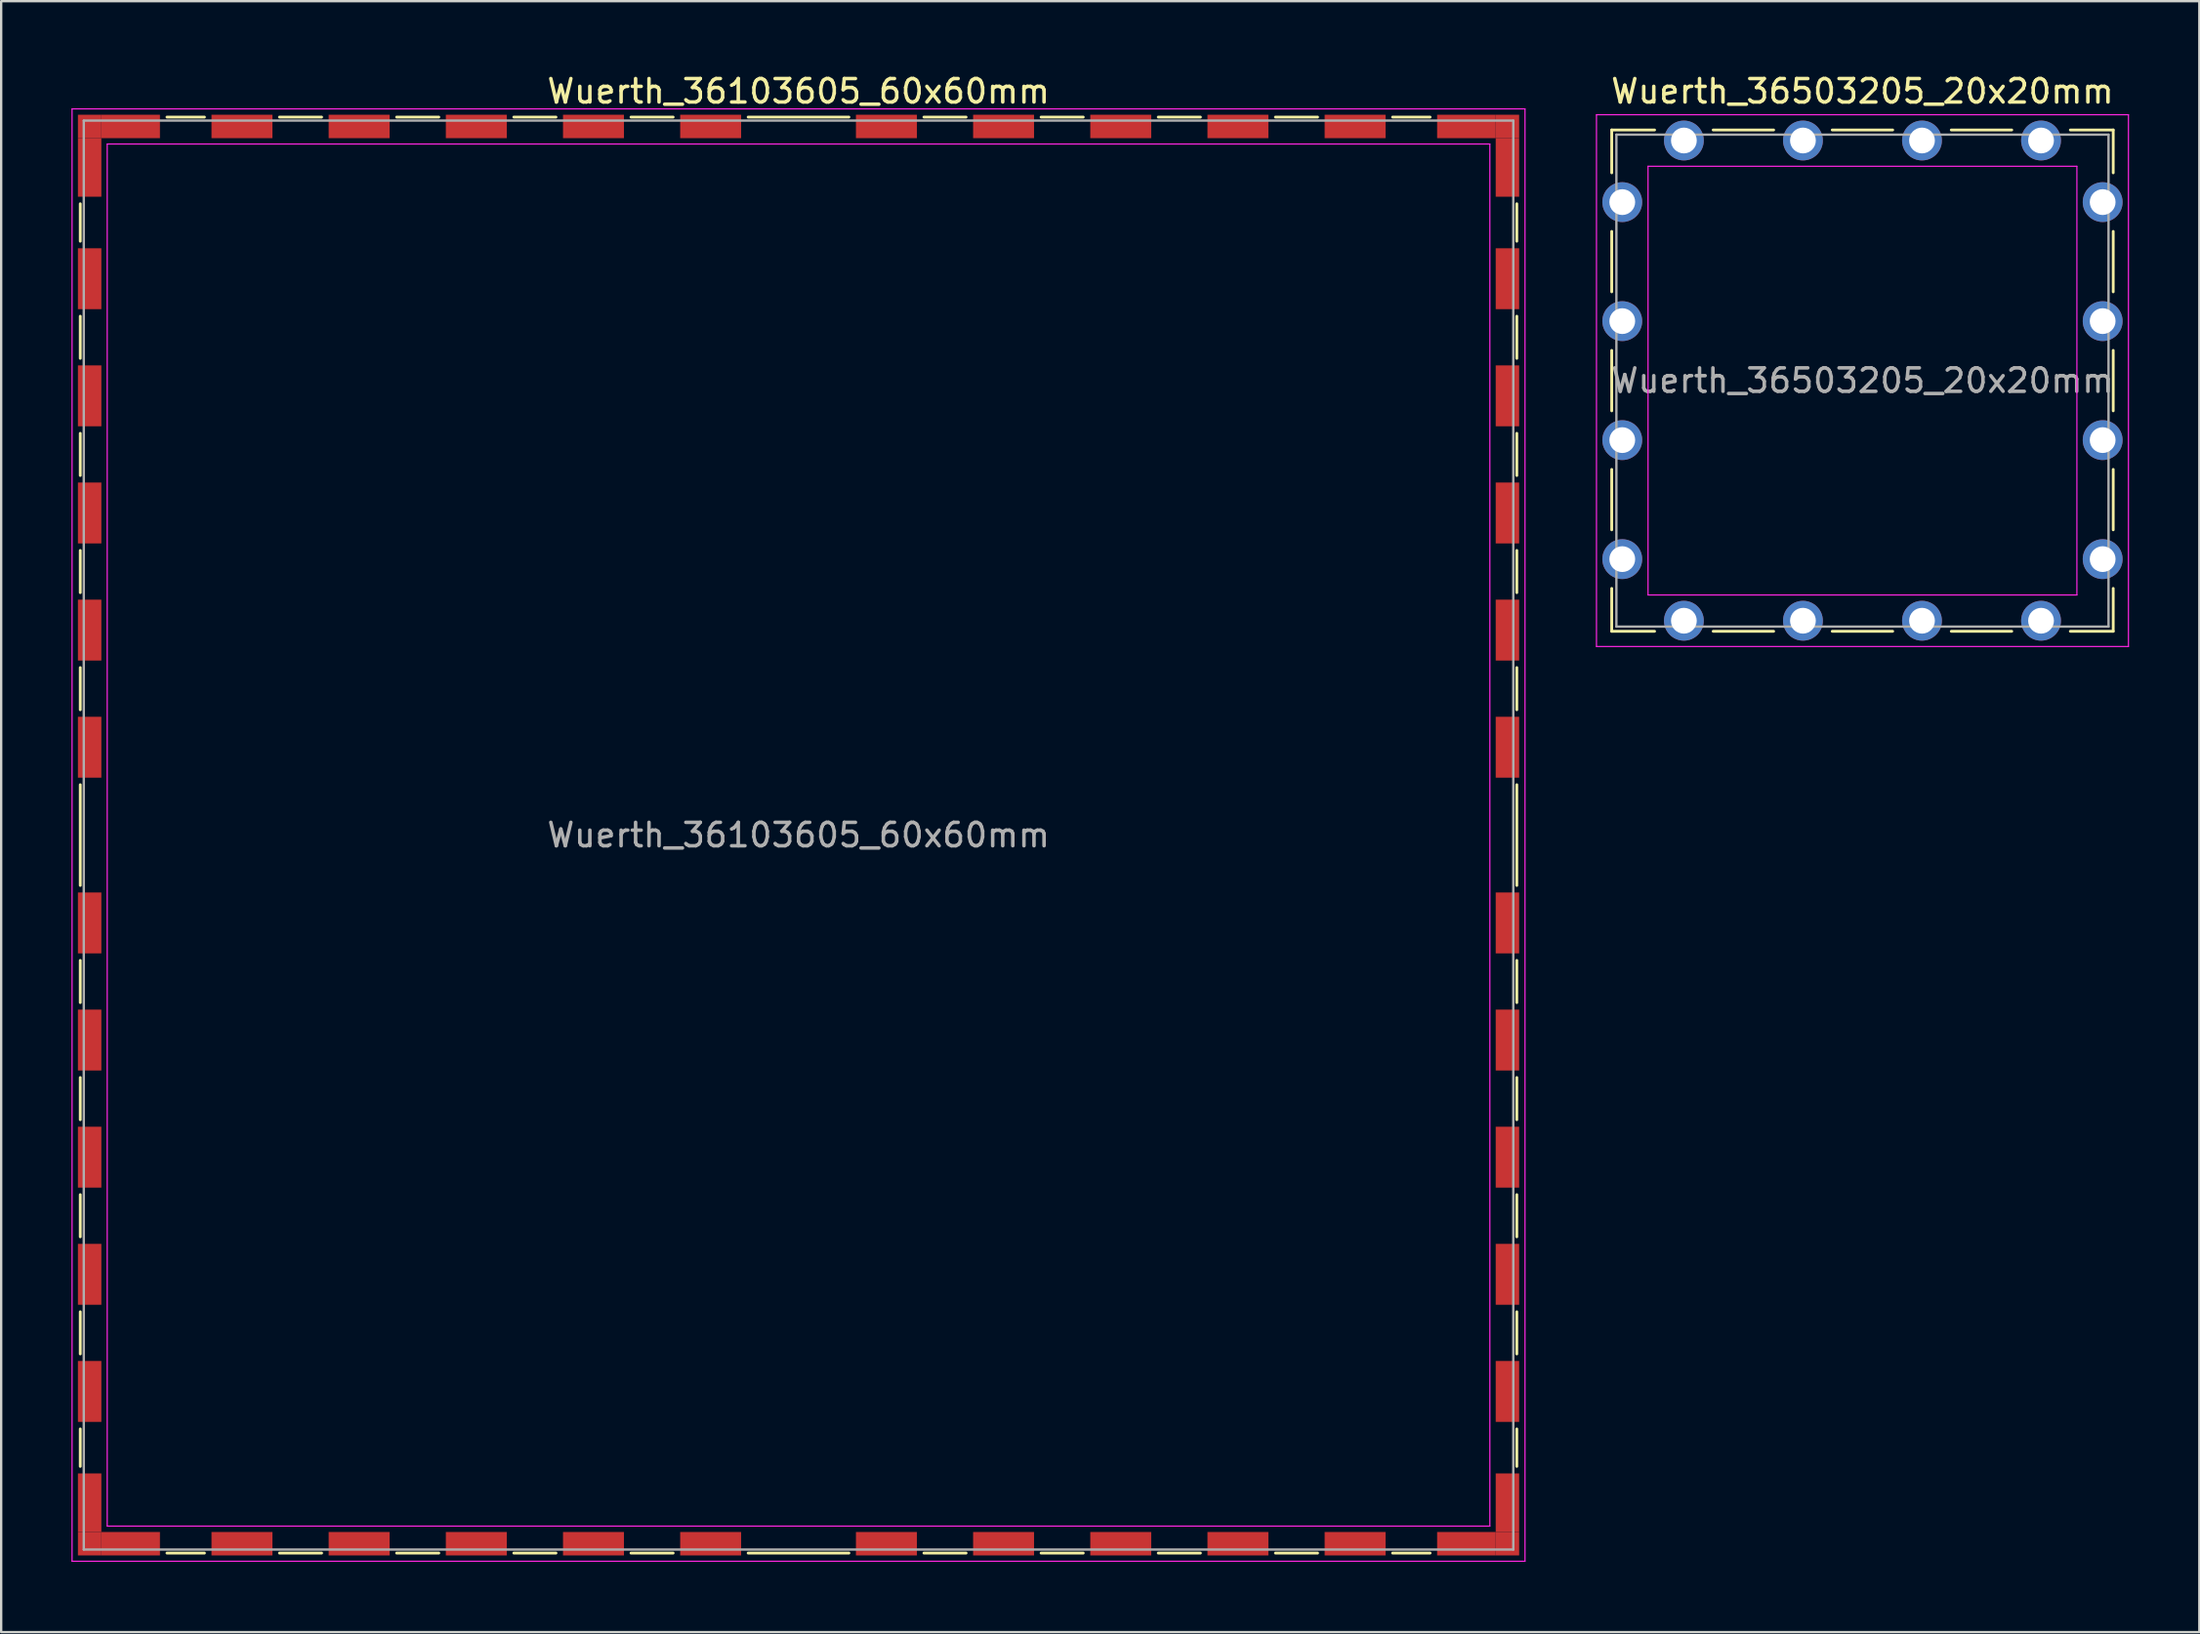
<source format=kicad_pcb>
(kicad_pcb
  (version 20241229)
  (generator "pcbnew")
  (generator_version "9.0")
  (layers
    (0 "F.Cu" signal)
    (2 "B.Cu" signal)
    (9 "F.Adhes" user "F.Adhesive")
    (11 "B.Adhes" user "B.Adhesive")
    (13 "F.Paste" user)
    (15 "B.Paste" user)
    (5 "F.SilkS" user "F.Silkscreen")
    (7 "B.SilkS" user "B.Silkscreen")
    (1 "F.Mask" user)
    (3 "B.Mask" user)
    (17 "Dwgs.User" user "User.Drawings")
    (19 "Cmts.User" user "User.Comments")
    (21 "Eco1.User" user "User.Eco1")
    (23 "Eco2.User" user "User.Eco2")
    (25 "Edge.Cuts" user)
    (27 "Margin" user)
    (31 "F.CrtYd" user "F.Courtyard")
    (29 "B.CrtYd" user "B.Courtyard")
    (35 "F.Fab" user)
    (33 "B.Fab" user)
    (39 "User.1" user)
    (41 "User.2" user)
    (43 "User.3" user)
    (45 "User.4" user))
  (footprint "Wuerth_36103605_60x60mm"
    (layer "F.Cu")
    (at 31.025 32.598)
    (property "Reference" "Wuerth_36103605_60x60mm" (at 0 -31.75 0) (layer "F.SilkS") (effects (font (size 1 1) (thickness 0.15))))
    (attr smd)
    (fp_line (start -30.65 -26.95) (end -30.65 -25.35) (stroke (width 0.12) (type solid)) (layer "F.SilkS"))
    (fp_line (start -30.65 -22.15) (end -30.65 -20.35) (stroke (width 0.12) (type solid)) (layer "F.SilkS"))
    (fp_line (start -30.65 -17.15) (end -30.65 -15.35) (stroke (width 0.12) (type solid)) (layer "F.SilkS"))
    (fp_line (start -30.65 -12.15) (end -30.65 -10.35) (stroke (width 0.12) (type solid)) (layer "F.SilkS"))
    (fp_line (start -30.65 -7.15) (end -30.65 -5.35) (stroke (width 0.12) (type solid)) (layer "F.SilkS"))
    (fp_line (start -30.65 -2.15) (end -30.65 2.15) (stroke (width 0.12) (type solid)) (layer "F.SilkS"))
    (fp_line (start -30.65 5.35) (end -30.65 7.15) (stroke (width 0.12) (type solid)) (layer "F.SilkS"))
    (fp_line (start -30.65 10.35) (end -30.65 12.15) (stroke (width 0.12) (type solid)) (layer "F.SilkS"))
    (fp_line (start -30.65 15.35) (end -30.65 17.15) (stroke (width 0.12) (type solid)) (layer "F.SilkS"))
    (fp_line (start -30.65 20.35) (end -30.65 22.15) (stroke (width 0.12) (type solid)) (layer "F.SilkS"))
    (fp_line (start -30.65 25.35) (end -30.65 26.95) (stroke (width 0.12) (type solid)) (layer "F.SilkS"))
    (fp_line (start -26.95 -30.65) (end -25.35 -30.65) (stroke (width 0.12) (type solid)) (layer "F.SilkS"))
    (fp_line (start -26.95 30.65) (end -25.35 30.65) (stroke (width 0.12) (type solid)) (layer "F.SilkS"))
    (fp_line (start -22.15 -30.65) (end -20.35 -30.65) (stroke (width 0.12) (type solid)) (layer "F.SilkS"))
    (fp_line (start -22.15 30.65) (end -20.35 30.65) (stroke (width 0.12) (type solid)) (layer "F.SilkS"))
    (fp_line (start -17.15 -30.65) (end -15.35 -30.65) (stroke (width 0.12) (type solid)) (layer "F.SilkS"))
    (fp_line (start -17.15 30.65) (end -15.35 30.65) (stroke (width 0.12) (type solid)) (layer "F.SilkS"))
    (fp_line (start -12.15 -30.65) (end -10.35 -30.65) (stroke (width 0.12) (type solid)) (layer "F.SilkS"))
    (fp_line (start -12.15 30.65) (end -10.35 30.65) (stroke (width 0.12) (type solid)) (layer "F.SilkS"))
    (fp_line (start -7.15 -30.65) (end -5.35 -30.65) (stroke (width 0.12) (type solid)) (layer "F.SilkS"))
    (fp_line (start -7.15 30.65) (end -5.35 30.65) (stroke (width 0.12) (type solid)) (layer "F.SilkS"))
    (fp_line (start -2.15 -30.65) (end 2.15 -30.65) (stroke (width 0.12) (type solid)) (layer "F.SilkS"))
    (fp_line (start -2.15 30.65) (end 2.15 30.65) (stroke (width 0.12) (type solid)) (layer "F.SilkS"))
    (fp_line (start 5.35 -30.65) (end 7.15 -30.65) (stroke (width 0.12) (type solid)) (layer "F.SilkS"))
    (fp_line (start 5.35 30.65) (end 7.15 30.65) (stroke (width 0.12) (type solid)) (layer "F.SilkS"))
    (fp_line (start 10.35 -30.65) (end 12.15 -30.65) (stroke (width 0.12) (type solid)) (layer "F.SilkS"))
    (fp_line (start 10.35 30.65) (end 12.15 30.65) (stroke (width 0.12) (type solid)) (layer "F.SilkS"))
    (fp_line (start 15.35 -30.65) (end 17.15 -30.65) (stroke (width 0.12) (type solid)) (layer "F.SilkS"))
    (fp_line (start 15.35 30.65) (end 17.15 30.65) (stroke (width 0.12) (type solid)) (layer "F.SilkS"))
    (fp_line (start 20.35 -30.65) (end 22.15 -30.65) (stroke (width 0.12) (type solid)) (layer "F.SilkS"))
    (fp_line (start 20.35 30.65) (end 22.15 30.65) (stroke (width 0.12) (type solid)) (layer "F.SilkS"))
    (fp_line (start 25.35 -30.65) (end 26.95 -30.65) (stroke (width 0.12) (type solid)) (layer "F.SilkS"))
    (fp_line (start 25.35 30.65) (end 26.95 30.65) (stroke (width 0.12) (type solid)) (layer "F.SilkS"))
    (fp_line (start 30.65 -26.95) (end 30.65 -25.35) (stroke (width 0.12) (type solid)) (layer "F.SilkS"))
    (fp_line (start 30.65 -22.15) (end 30.65 -20.35) (stroke (width 0.12) (type solid)) (layer "F.SilkS"))
    (fp_line (start 30.65 -17.15) (end 30.65 -15.35) (stroke (width 0.12) (type solid)) (layer "F.SilkS"))
    (fp_line (start 30.65 -12.15) (end 30.65 -10.35) (stroke (width 0.12) (type solid)) (layer "F.SilkS"))
    (fp_line (start 30.65 -7.15) (end 30.65 -5.35) (stroke (width 0.12) (type solid)) (layer "F.SilkS"))
    (fp_line (start 30.65 -2.15) (end 30.65 2.15) (stroke (width 0.12) (type solid)) (layer "F.SilkS"))
    (fp_line (start 30.65 5.35) (end 30.65 7.15) (stroke (width 0.12) (type solid)) (layer "F.SilkS"))
    (fp_line (start 30.65 10.35) (end 30.65 12.15) (stroke (width 0.12) (type solid)) (layer "F.SilkS"))
    (fp_line (start 30.65 15.35) (end 30.65 17.15) (stroke (width 0.12) (type solid)) (layer "F.SilkS"))
    (fp_line (start 30.65 20.35) (end 30.65 22.15) (stroke (width 0.12) (type solid)) (layer "F.SilkS"))
    (fp_line (start 30.65 25.35) (end 30.65 26.95) (stroke (width 0.12) (type solid)) (layer "F.SilkS"))
    (fp_line (start -31 -31) (end -31 31) (stroke (width 0.05) (type solid)) (layer "F.CrtYd"))
    (fp_line (start -31 31) (end 31 31) (stroke (width 0.05) (type solid)) (layer "F.CrtYd"))
    (fp_line (start -29.5 -29.5) (end -29.5 29.5) (stroke (width 0.05) (type solid)) (layer "F.CrtYd"))
    (fp_line (start -29.5 29.5) (end 29.5 29.5) (stroke (width 0.05) (type solid)) (layer "F.CrtYd"))
    (fp_line (start 29.5 -29.5) (end -29.5 -29.5) (stroke (width 0.05) (type solid)) (layer "F.CrtYd"))
    (fp_line (start 29.5 29.5) (end 29.5 -29.5) (stroke (width 0.05) (type solid)) (layer "F.CrtYd"))
    (fp_line (start 31 -31) (end -31 -31) (stroke (width 0.05) (type solid)) (layer "F.CrtYd"))
    (fp_line (start 31 31) (end 31 -31) (stroke (width 0.05) (type solid)) (layer "F.CrtYd"))
    (fp_line (start -30.5 -30.5) (end -30.5 30.5) (stroke (width 0.1) (type solid)) (layer "F.Fab"))
    (fp_line (start -30.5 30.5) (end 30.5 30.5) (stroke (width 0.1) (type solid)) (layer "F.Fab"))
    (fp_line (start 30.5 -30.5) (end -30.5 -30.5) (stroke (width 0.1) (type solid)) (layer "F.Fab"))
    (fp_line (start 30.5 30.5) (end 30.5 -30.5) (stroke (width 0.1) (type solid)) (layer "F.Fab"))
    (fp_text user "${REFERENCE}" (at 0 0 0) (layer "F.Fab") (effects (font (size 1 1) (thickness 0.15))))
    (pad "1" smd rect (at -30.25 -30.25) (size 1 1) (layers "F.Cu" "F.Mask" "F.Paste"))
    (pad "1" smd rect (at -30.25 -28.5) (size 1 2.5) (layers "F.Cu" "F.Mask" "F.Paste"))
    (pad "1" smd rect (at -30.25 -23.75) (size 1 2.6) (layers "F.Cu" "F.Mask" "F.Paste"))
    (pad "1" smd rect (at -30.25 -18.75) (size 1 2.6) (layers "F.Cu" "F.Mask" "F.Paste"))
    (pad "1" smd rect (at -30.25 -13.75) (size 1 2.6) (layers "F.Cu" "F.Mask" "F.Paste"))
    (pad "1" smd rect (at -30.25 -8.75) (size 1 2.6) (layers "F.Cu" "F.Mask" "F.Paste"))
    (pad "1" smd rect (at -30.25 -3.75) (size 1 2.6) (layers "F.Cu" "F.Mask" "F.Paste"))
    (pad "1" smd rect (at -30.25 3.75) (size 1 2.6) (layers "F.Cu" "F.Mask" "F.Paste"))
    (pad "1" smd rect (at -30.25 8.75) (size 1 2.6) (layers "F.Cu" "F.Mask" "F.Paste"))
    (pad "1" smd rect (at -30.25 13.75) (size 1 2.6) (layers "F.Cu" "F.Mask" "F.Paste"))
    (pad "1" smd rect (at -30.25 18.75) (size 1 2.6) (layers "F.Cu" "F.Mask" "F.Paste"))
    (pad "1" smd rect (at -30.25 23.75) (size 1 2.6) (layers "F.Cu" "F.Mask" "F.Paste"))
    (pad "1" smd rect (at -30.25 28.5) (size 1 2.5) (layers "F.Cu" "F.Mask" "F.Paste"))
    (pad "1" smd rect (at -30.25 30.25) (size 1 1) (layers "F.Cu" "F.Mask" "F.Paste"))
    (pad "1" smd rect (at -28.5 -30.25) (size 2.5 1) (layers "F.Cu" "F.Mask" "F.Paste"))
    (pad "1" smd rect (at -28.5 30.25) (size 2.5 1) (layers "F.Cu" "F.Mask" "F.Paste"))
    (pad "1" smd rect (at -23.75 -30.25) (size 2.6 1) (layers "F.Cu" "F.Mask" "F.Paste"))
    (pad "1" smd rect (at -23.75 30.25) (size 2.6 1) (layers "F.Cu" "F.Mask" "F.Paste"))
    (pad "1" smd rect (at -18.75 -30.25) (size 2.6 1) (layers "F.Cu" "F.Mask" "F.Paste"))
    (pad "1" smd rect (at -18.75 30.25) (size 2.6 1) (layers "F.Cu" "F.Mask" "F.Paste"))
    (pad "1" smd rect (at -13.75 -30.25) (size 2.6 1) (layers "F.Cu" "F.Mask" "F.Paste"))
    (pad "1" smd rect (at -13.75 30.25) (size 2.6 1) (layers "F.Cu" "F.Mask" "F.Paste"))
    (pad "1" smd rect (at -8.75 -30.25) (size 2.6 1) (layers "F.Cu" "F.Mask" "F.Paste"))
    (pad "1" smd rect (at -8.75 30.25) (size 2.6 1) (layers "F.Cu" "F.Mask" "F.Paste"))
    (pad "1" smd rect (at -3.75 -30.25) (size 2.6 1) (layers "F.Cu" "F.Mask" "F.Paste"))
    (pad "1" smd rect (at -3.75 30.25) (size 2.6 1) (layers "F.Cu" "F.Mask" "F.Paste"))
    (pad "1" smd rect (at 3.75 -30.25) (size 2.6 1) (layers "F.Cu" "F.Mask" "F.Paste"))
    (pad "1" smd rect (at 3.75 30.25) (size 2.6 1) (layers "F.Cu" "F.Mask" "F.Paste"))
    (pad "1" smd rect (at 8.75 -30.25) (size 2.6 1) (layers "F.Cu" "F.Mask" "F.Paste"))
    (pad "1" smd rect (at 8.75 30.25) (size 2.6 1) (layers "F.Cu" "F.Mask" "F.Paste"))
    (pad "1" smd rect (at 13.75 -30.25) (size 2.6 1) (layers "F.Cu" "F.Mask" "F.Paste"))
    (pad "1" smd rect (at 13.75 30.25) (size 2.6 1) (layers "F.Cu" "F.Mask" "F.Paste"))
    (pad "1" smd rect (at 18.75 -30.25) (size 2.6 1) (layers "F.Cu" "F.Mask" "F.Paste"))
    (pad "1" smd rect (at 18.75 30.25) (size 2.6 1) (layers "F.Cu" "F.Mask" "F.Paste"))
    (pad "1" smd rect (at 23.75 -30.25) (size 2.6 1) (layers "F.Cu" "F.Mask" "F.Paste"))
    (pad "1" smd rect (at 23.75 30.25) (size 2.6 1) (layers "F.Cu" "F.Mask" "F.Paste"))
    (pad "1" smd rect (at 28.5 -30.25) (size 2.5 1) (layers "F.Cu" "F.Mask" "F.Paste"))
    (pad "1" smd rect (at 28.5 30.25) (size 2.5 1) (layers "F.Cu" "F.Mask" "F.Paste"))
    (pad "1" smd rect (at 30.25 -30.25) (size 1 1) (layers "F.Cu" "F.Mask" "F.Paste"))
    (pad "1" smd rect (at 30.25 -28.5) (size 1 2.5) (layers "F.Cu" "F.Mask" "F.Paste"))
    (pad "1" smd rect (at 30.25 -23.75) (size 1 2.6) (layers "F.Cu" "F.Mask" "F.Paste"))
    (pad "1" smd rect (at 30.25 -18.75) (size 1 2.6) (layers "F.Cu" "F.Mask" "F.Paste"))
    (pad "1" smd rect (at 30.25 -13.75) (size 1 2.6) (layers "F.Cu" "F.Mask" "F.Paste"))
    (pad "1" smd rect (at 30.25 -8.75) (size 1 2.6) (layers "F.Cu" "F.Mask" "F.Paste"))
    (pad "1" smd rect (at 30.25 -3.75) (size 1 2.6) (layers "F.Cu" "F.Mask" "F.Paste"))
    (pad "1" smd rect (at 30.25 3.75) (size 1 2.6) (layers "F.Cu" "F.Mask" "F.Paste"))
    (pad "1" smd rect (at 30.25 8.75) (size 1 2.6) (layers "F.Cu" "F.Mask" "F.Paste"))
    (pad "1" smd rect (at 30.25 13.75) (size 1 2.6) (layers "F.Cu" "F.Mask" "F.Paste"))
    (pad "1" smd rect (at 30.25 18.75) (size 1 2.6) (layers "F.Cu" "F.Mask" "F.Paste"))
    (pad "1" smd rect (at 30.25 23.75) (size 1 2.6) (layers "F.Cu" "F.Mask" "F.Paste"))
    (pad "1" smd rect (at 30.25 28.5) (size 1 2.5) (layers "F.Cu" "F.Mask" "F.Paste"))
    (pad "1" smd rect (at 30.25 30.25) (size 1 1) (layers "F.Cu" "F.Mask" "F.Paste")))
  (footprint "Wuerth_36503205_20x20mm"
    (layer "F.Cu")
    (at 76.425 13.198)
    (property "Reference" "Wuerth_36503205_20x20mm" (at 0 -12.35 0) (layer "F.SilkS") (effects (font (size 1 1) (thickness 0.15))))
    (attr through_hole)
    (fp_line (start -10.7 -10.7) (end -8.87 -10.7) (stroke (width 0.12) (type solid)) (layer "F.SilkS"))
    (fp_line (start -10.7 -8.87) (end -10.7 -10.7) (stroke (width 0.12) (type solid)) (layer "F.SilkS"))
    (fp_line (start -10.7 -3.79) (end -10.7 -6.37) (stroke (width 0.12) (type solid)) (layer "F.SilkS"))
    (fp_line (start -10.7 -1.29) (end -10.7 1.29) (stroke (width 0.12) (type solid)) (layer "F.SilkS"))
    (fp_line (start -10.7 3.79) (end -10.7 6.37) (stroke (width 0.12) (type solid)) (layer "F.SilkS"))
    (fp_line (start -10.7 8.87) (end -10.7 10.7) (stroke (width 0.12) (type solid)) (layer "F.SilkS"))
    (fp_line (start -10.7 10.7) (end -8.87 10.7) (stroke (width 0.12) (type solid)) (layer "F.SilkS"))
    (fp_line (start -3.79 -10.7) (end -6.37 -10.7) (stroke (width 0.12) (type solid)) (layer "F.SilkS"))
    (fp_line (start -3.79 10.7) (end -6.37 10.7) (stroke (width 0.12) (type solid)) (layer "F.SilkS"))
    (fp_line (start 1.29 -10.7) (end -1.29 -10.7) (stroke (width 0.12) (type solid)) (layer "F.SilkS"))
    (fp_line (start 1.29 10.7) (end -1.29 10.7) (stroke (width 0.12) (type solid)) (layer "F.SilkS"))
    (fp_line (start 3.79 -10.7) (end 6.37 -10.7) (stroke (width 0.12) (type solid)) (layer "F.SilkS"))
    (fp_line (start 3.79 10.7) (end 6.37 10.7) (stroke (width 0.12) (type solid)) (layer "F.SilkS"))
    (fp_line (start 10.7 -10.7) (end 8.87 -10.7) (stroke (width 0.12) (type solid)) (layer "F.SilkS"))
    (fp_line (start 10.7 -8.87) (end 10.7 -10.7) (stroke (width 0.12) (type solid)) (layer "F.SilkS"))
    (fp_line (start 10.7 -3.79) (end 10.7 -6.37) (stroke (width 0.12) (type solid)) (layer "F.SilkS"))
    (fp_line (start 10.7 1.29) (end 10.7 -1.29) (stroke (width 0.12) (type solid)) (layer "F.SilkS"))
    (fp_line (start 10.7 3.79) (end 10.7 6.37) (stroke (width 0.12) (type solid)) (layer "F.SilkS"))
    (fp_line (start 10.7 8.87) (end 10.7 10.7) (stroke (width 0.12) (type solid)) (layer "F.SilkS"))
    (fp_line (start 10.7 10.7) (end 8.87 10.7) (stroke (width 0.12) (type solid)) (layer "F.SilkS"))
    (fp_line (start -11.35 -11.35) (end -11.35 11.35) (stroke (width 0.05) (type solid)) (layer "F.CrtYd"))
    (fp_line (start -11.35 11.35) (end 11.35 11.35) (stroke (width 0.05) (type solid)) (layer "F.CrtYd"))
    (fp_line (start -9.15 -9.15) (end -9.15 9.15) (stroke (width 0.05) (type solid)) (layer "F.CrtYd"))
    (fp_line (start -9.15 9.15) (end 9.15 9.15) (stroke (width 0.05) (type solid)) (layer "F.CrtYd"))
    (fp_line (start 9.15 -9.15) (end -9.15 -9.15) (stroke (width 0.05) (type solid)) (layer "F.CrtYd"))
    (fp_line (start 9.15 9.15) (end 9.15 -9.15) (stroke (width 0.05) (type solid)) (layer "F.CrtYd"))
    (fp_line (start 11.35 -11.35) (end -11.35 -11.35) (stroke (width 0.05) (type solid)) (layer "F.CrtYd"))
    (fp_line (start 11.35 11.35) (end 11.35 -11.35) (stroke (width 0.05) (type solid)) (layer "F.CrtYd"))
    (fp_line (start -10.5 -10.5) (end -10.5 10.5) (stroke (width 0.1) (type solid)) (layer "F.Fab"))
    (fp_line (start -10.5 10.5) (end 10.5 10.5) (stroke (width 0.1) (type solid)) (layer "F.Fab"))
    (fp_line (start 10.5 -10.5) (end -10.5 -10.5) (stroke (width 0.1) (type solid)) (layer "F.Fab"))
    (fp_line (start 10.5 10.5) (end 10.5 -10.5) (stroke (width 0.1) (type solid)) (layer "F.Fab"))
    (fp_text user "${REFERENCE}" (at 0 0 0) (layer "F.Fab") (effects (font (size 1 1) (thickness 0.15))))
    (pad "1" thru_hole circle (at -10.25 -7.62) (size 1.7 1.7) (drill 1.1) (layers "*.Cu" "*.Mask"))
    (pad "1" thru_hole circle (at -10.25 -2.54) (size 1.7 1.7) (drill 1.1) (layers "*.Cu" "*.Mask"))
    (pad "1" thru_hole circle (at -10.25 2.54) (size 1.7 1.7) (drill 1.1) (layers "*.Cu" "*.Mask"))
    (pad "1" thru_hole circle (at -10.25 7.62) (size 1.7 1.7) (drill 1.1) (layers "*.Cu" "*.Mask"))
    (pad "1" thru_hole circle (at -7.62 -10.25) (size 1.7 1.7) (drill 1.1) (layers "*.Cu" "*.Mask"))
    (pad "1" thru_hole circle (at -7.62 10.25) (size 1.7 1.7) (drill 1.1) (layers "*.Cu" "*.Mask"))
    (pad "1" thru_hole circle (at -2.54 -10.25) (size 1.7 1.7) (drill 1.1) (layers "*.Cu" "*.Mask"))
    (pad "1" thru_hole circle (at -2.54 10.25) (size 1.7 1.7) (drill 1.1) (layers "*.Cu" "*.Mask"))
    (pad "1" thru_hole circle (at 2.54 -10.25) (size 1.7 1.7) (drill 1.1) (layers "*.Cu" "*.Mask"))
    (pad "1" thru_hole circle (at 2.54 10.25) (size 1.7 1.7) (drill 1.1) (layers "*.Cu" "*.Mask"))
    (pad "1" thru_hole circle (at 7.62 -10.25) (size 1.7 1.7) (drill 1.1) (layers "*.Cu" "*.Mask"))
    (pad "1" thru_hole circle (at 7.62 10.25) (size 1.7 1.7) (drill 1.1) (layers "*.Cu" "*.Mask"))
    (pad "1" thru_hole circle (at 10.25 -7.62) (size 1.7 1.7) (drill 1.1) (layers "*.Cu" "*.Mask"))
    (pad "1" thru_hole circle (at 10.25 -2.54) (size 1.7 1.7) (drill 1.1) (layers "*.Cu" "*.Mask"))
    (pad "1" thru_hole circle (at 10.25 2.54) (size 1.7 1.7) (drill 1.1) (layers "*.Cu" "*.Mask"))
    (pad "1" thru_hole circle (at 10.25 7.62) (size 1.7 1.7) (drill 1.1) (layers "*.Cu" "*.Mask")))
  (gr_rect
    (start -3 -3)
    (end 90.8 66.623)
    (stroke (width 0.1) (type default))
    (fill no)
    (layer "Edge.Cuts")))
</source>
